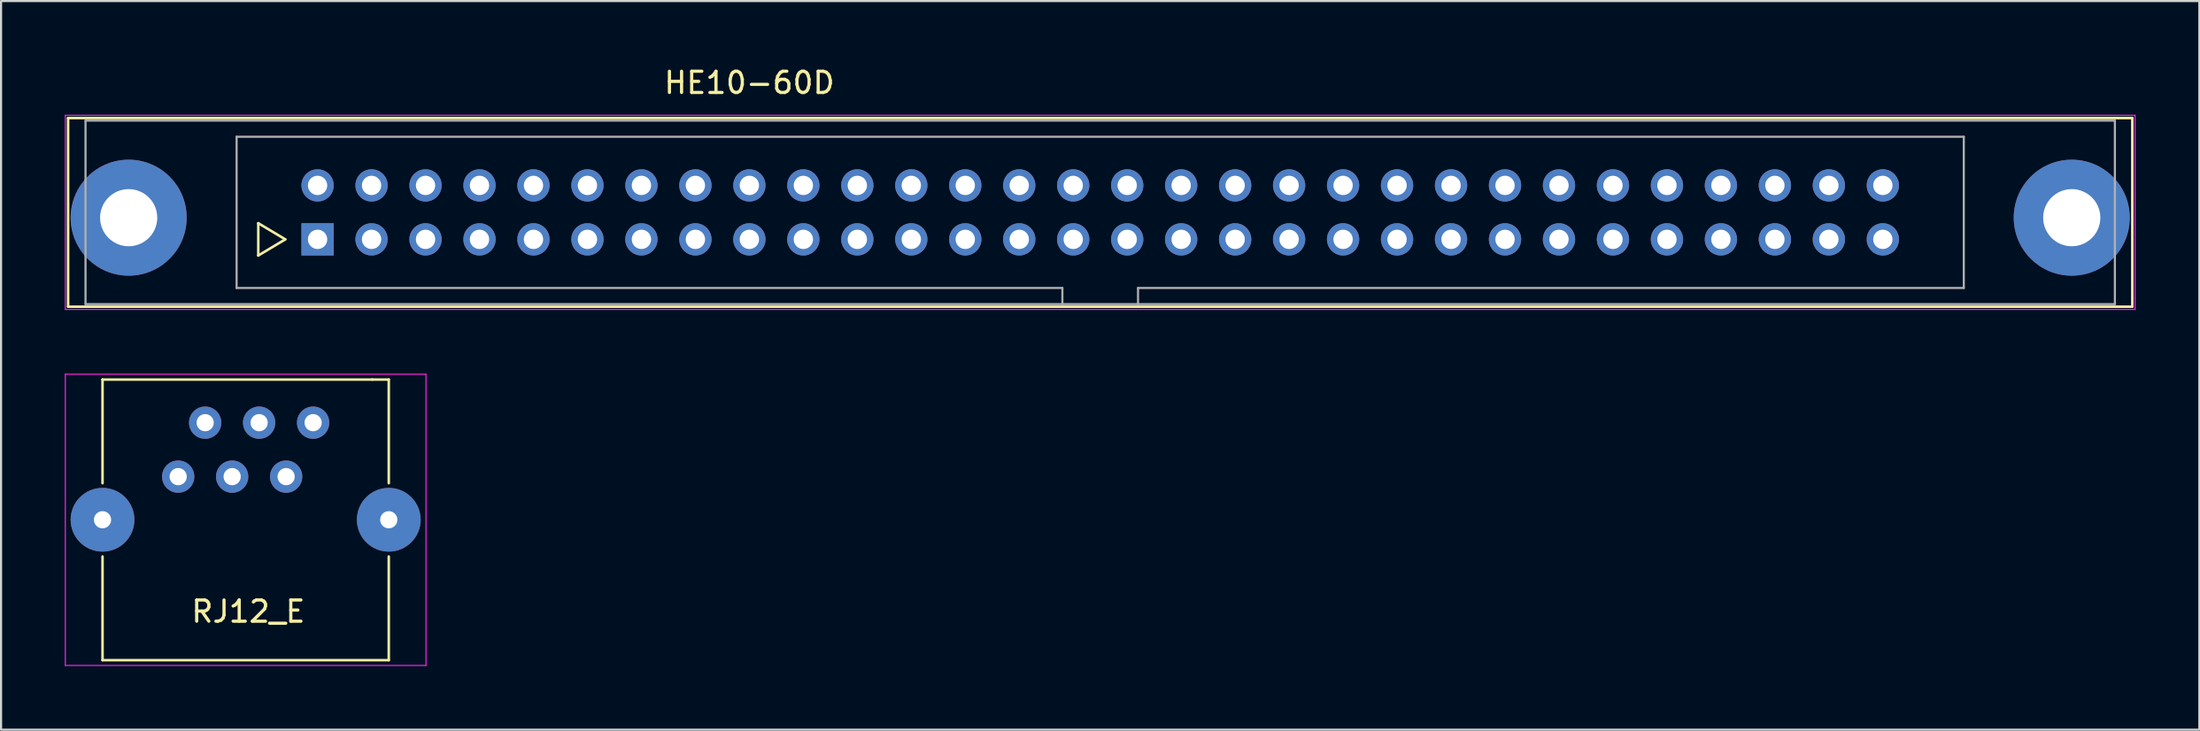
<source format=kicad_pcb>
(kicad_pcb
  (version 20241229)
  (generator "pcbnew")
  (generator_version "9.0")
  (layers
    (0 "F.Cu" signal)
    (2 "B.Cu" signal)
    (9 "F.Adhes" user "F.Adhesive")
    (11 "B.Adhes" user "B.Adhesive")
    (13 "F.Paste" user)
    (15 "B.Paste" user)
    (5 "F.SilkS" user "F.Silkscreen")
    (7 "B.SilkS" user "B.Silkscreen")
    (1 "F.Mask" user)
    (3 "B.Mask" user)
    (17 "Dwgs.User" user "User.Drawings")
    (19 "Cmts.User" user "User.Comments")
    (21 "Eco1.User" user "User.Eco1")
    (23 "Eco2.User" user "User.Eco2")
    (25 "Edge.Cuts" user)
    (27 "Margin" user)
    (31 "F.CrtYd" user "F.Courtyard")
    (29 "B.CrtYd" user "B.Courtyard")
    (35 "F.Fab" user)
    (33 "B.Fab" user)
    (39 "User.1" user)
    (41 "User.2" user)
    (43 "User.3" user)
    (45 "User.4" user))
  (footprint "HE10-60D"
    (layer "F.Cu")
    (at 11.895 8.218)
    (property "Reference" "HE10-60D" (at 20.32 -7.37 0) (layer "F.SilkS") (effects (font (size 1 1) (thickness 0.15))))
    (attr through_hole)
    (fp_line (start -11.74 -5.71) (end -11.74 3.17) (stroke (width 0.12) (type solid)) (layer "F.SilkS"))
    (fp_line (start -11.74 -5.71) (end 85.4 -5.71) (stroke (width 0.12) (type solid)) (layer "F.SilkS"))
    (fp_line (start -2.79 -0.76) (end -2.79 0.76) (stroke (width 0.12) (type solid)) (layer "F.SilkS"))
    (fp_line (start -2.79 0.76) (end -1.52 0) (stroke (width 0.12) (type solid)) (layer "F.SilkS"))
    (fp_line (start -1.52 0) (end -2.79 -0.76) (stroke (width 0.12) (type solid)) (layer "F.SilkS"))
    (fp_line (start 85.4 3.17) (end -11.74 3.17) (stroke (width 0.12) (type solid)) (layer "F.SilkS"))
    (fp_line (start 85.4 3.17) (end 85.4 -5.71) (stroke (width 0.12) (type solid)) (layer "F.SilkS"))
    (fp_line (start -11.87 -5.84) (end -11.87 3.3) (stroke (width 0.05) (type solid)) (layer "F.CrtYd"))
    (fp_line (start -11.87 -5.84) (end 85.53 -5.84) (stroke (width 0.05) (type solid)) (layer "F.CrtYd"))
    (fp_line (start 85.53 3.3) (end -11.87 3.3) (stroke (width 0.05) (type solid)) (layer "F.CrtYd"))
    (fp_line (start 85.53 3.3) (end 85.53 -5.84) (stroke (width 0.05) (type solid)) (layer "F.CrtYd"))
    (fp_line (start -10.92 -5.59) (end -10.92 3.05) (stroke (width 0.1) (type solid)) (layer "F.Fab"))
    (fp_line (start -10.92 3.05) (end 84.58 3.05) (stroke (width 0.1) (type solid)) (layer "F.Fab"))
    (fp_line (start -3.81 -4.83) (end 77.47 -4.83) (stroke (width 0.1) (type solid)) (layer "F.Fab"))
    (fp_line (start -3.81 2.29) (end -3.81 -4.83) (stroke (width 0.1) (type solid)) (layer "F.Fab"))
    (fp_line (start 35.05 2.29) (end -3.81 2.29) (stroke (width 0.1) (type solid)) (layer "F.Fab"))
    (fp_line (start 35.05 3.05) (end 35.05 2.29) (stroke (width 0.1) (type solid)) (layer "F.Fab"))
    (fp_line (start 38.61 2.29) (end 38.61 3.05) (stroke (width 0.1) (type solid)) (layer "F.Fab"))
    (fp_line (start 77.47 -4.83) (end 77.47 2.29) (stroke (width 0.1) (type solid)) (layer "F.Fab"))
    (fp_line (start 77.47 2.29) (end 38.61 2.29) (stroke (width 0.1) (type solid)) (layer "F.Fab"))
    (fp_line (start 84.58 -5.59) (end -10.92 -5.59) (stroke (width 0.1) (type solid)) (layer "F.Fab"))
    (fp_line (start 84.58 3.05) (end 84.58 -5.59) (stroke (width 0.1) (type solid)) (layer "F.Fab"))
    (pad "" thru_hole circle (at -8.89 -1.02) (size 5.46 5.46) (drill 2.69) (layers "*.Cu" "*.Mask"))
    (pad "" thru_hole circle (at 82.55 -1.02) (size 5.46 5.46) (drill 2.69) (layers "*.Cu" "*.Mask"))
    (pad "1" thru_hole rect (at 0 0) (size 1.52 1.52) (drill 0.91) (layers "*.Cu" "*.Mask"))
    (pad "2" thru_hole circle (at 0 -2.54) (size 1.52 1.52) (drill 0.91) (layers "*.Cu" "*.Mask"))
    (pad "3" thru_hole circle (at 2.54 0) (size 1.52 1.52) (drill 0.91) (layers "*.Cu" "*.Mask"))
    (pad "4" thru_hole circle (at 2.54 -2.54) (size 1.52 1.52) (drill 0.91) (layers "*.Cu" "*.Mask"))
    (pad "5" thru_hole circle (at 5.08 0) (size 1.52 1.52) (drill 0.91) (layers "*.Cu" "*.Mask"))
    (pad "6" thru_hole circle (at 5.08 -2.54) (size 1.52 1.52) (drill 0.91) (layers "*.Cu" "*.Mask"))
    (pad "7" thru_hole circle (at 7.62 0) (size 1.52 1.52) (drill 0.91) (layers "*.Cu" "*.Mask"))
    (pad "8" thru_hole circle (at 7.62 -2.54) (size 1.52 1.52) (drill 0.91) (layers "*.Cu" "*.Mask"))
    (pad "9" thru_hole circle (at 10.16 0) (size 1.52 1.52) (drill 0.91) (layers "*.Cu" "*.Mask"))
    (pad "10" thru_hole circle (at 10.16 -2.54) (size 1.52 1.52) (drill 0.91) (layers "*.Cu" "*.Mask"))
    (pad "11" thru_hole circle (at 12.7 0) (size 1.52 1.52) (drill 0.91) (layers "*.Cu" "*.Mask"))
    (pad "12" thru_hole circle (at 12.7 -2.54) (size 1.52 1.52) (drill 0.91) (layers "*.Cu" "*.Mask"))
    (pad "13" thru_hole circle (at 15.24 0) (size 1.52 1.52) (drill 0.91) (layers "*.Cu" "*.Mask"))
    (pad "14" thru_hole circle (at 15.24 -2.54) (size 1.52 1.52) (drill 0.91) (layers "*.Cu" "*.Mask"))
    (pad "15" thru_hole circle (at 17.78 0) (size 1.52 1.52) (drill 0.91) (layers "*.Cu" "*.Mask"))
    (pad "16" thru_hole circle (at 17.78 -2.54) (size 1.52 1.52) (drill 0.91) (layers "*.Cu" "*.Mask"))
    (pad "17" thru_hole circle (at 20.32 0) (size 1.52 1.52) (drill 0.91) (layers "*.Cu" "*.Mask"))
    (pad "18" thru_hole circle (at 20.32 -2.54) (size 1.52 1.52) (drill 0.91) (layers "*.Cu" "*.Mask"))
    (pad "19" thru_hole circle (at 22.86 0) (size 1.52 1.52) (drill 0.91) (layers "*.Cu" "*.Mask"))
    (pad "20" thru_hole circle (at 22.86 -2.54) (size 1.52 1.52) (drill 0.91) (layers "*.Cu" "*.Mask"))
    (pad "21" thru_hole circle (at 25.4 0) (size 1.52 1.52) (drill 0.91) (layers "*.Cu" "*.Mask"))
    (pad "22" thru_hole circle (at 25.4 -2.54) (size 1.52 1.52) (drill 0.91) (layers "*.Cu" "*.Mask"))
    (pad "23" thru_hole circle (at 27.94 0) (size 1.52 1.52) (drill 0.91) (layers "*.Cu" "*.Mask"))
    (pad "24" thru_hole circle (at 27.94 -2.54) (size 1.52 1.52) (drill 0.91) (layers "*.Cu" "*.Mask"))
    (pad "25" thru_hole circle (at 30.48 0) (size 1.52 1.52) (drill 0.91) (layers "*.Cu" "*.Mask"))
    (pad "26" thru_hole circle (at 30.48 -2.54) (size 1.52 1.52) (drill 0.91) (layers "*.Cu" "*.Mask"))
    (pad "27" thru_hole circle (at 33.02 0) (size 1.52 1.52) (drill 0.91) (layers "*.Cu" "*.Mask"))
    (pad "28" thru_hole circle (at 33.02 -2.54) (size 1.52 1.52) (drill 0.91) (layers "*.Cu" "*.Mask"))
    (pad "29" thru_hole circle (at 35.56 0) (size 1.52 1.52) (drill 0.91) (layers "*.Cu" "*.Mask"))
    (pad "30" thru_hole circle (at 35.56 -2.54) (size 1.52 1.52) (drill 0.91) (layers "*.Cu" "*.Mask"))
    (pad "31" thru_hole circle (at 38.1 0) (size 1.52 1.52) (drill 0.91) (layers "*.Cu" "*.Mask"))
    (pad "32" thru_hole circle (at 38.1 -2.54) (size 1.52 1.52) (drill 0.91) (layers "*.Cu" "*.Mask"))
    (pad "33" thru_hole circle (at 40.64 0) (size 1.52 1.52) (drill 0.91) (layers "*.Cu" "*.Mask"))
    (pad "34" thru_hole circle (at 40.64 -2.54) (size 1.52 1.52) (drill 0.91) (layers "*.Cu" "*.Mask"))
    (pad "35" thru_hole circle (at 43.18 0) (size 1.52 1.52) (drill 0.91) (layers "*.Cu" "*.Mask"))
    (pad "36" thru_hole circle (at 43.18 -2.54) (size 1.52 1.52) (drill 0.91) (layers "*.Cu" "*.Mask"))
    (pad "37" thru_hole circle (at 45.72 0) (size 1.52 1.52) (drill 0.91) (layers "*.Cu" "*.Mask"))
    (pad "38" thru_hole circle (at 45.72 -2.54) (size 1.52 1.52) (drill 0.91) (layers "*.Cu" "*.Mask"))
    (pad "39" thru_hole circle (at 48.26 0) (size 1.52 1.52) (drill 0.91) (layers "*.Cu" "*.Mask"))
    (pad "40" thru_hole circle (at 48.26 -2.54) (size 1.52 1.52) (drill 0.91) (layers "*.Cu" "*.Mask"))
    (pad "41" thru_hole circle (at 50.8 0) (size 1.52 1.52) (drill 0.91) (layers "*.Cu" "*.Mask"))
    (pad "42" thru_hole circle (at 50.8 -2.54) (size 1.52 1.52) (drill 0.91) (layers "*.Cu" "*.Mask"))
    (pad "43" thru_hole circle (at 53.34 0) (size 1.52 1.52) (drill 0.91) (layers "*.Cu" "*.Mask"))
    (pad "44" thru_hole circle (at 53.34 -2.54) (size 1.52 1.52) (drill 0.91) (layers "*.Cu" "*.Mask"))
    (pad "45" thru_hole circle (at 55.88 0) (size 1.52 1.52) (drill 0.91) (layers "*.Cu" "*.Mask"))
    (pad "46" thru_hole circle (at 55.88 -2.54) (size 1.52 1.52) (drill 0.91) (layers "*.Cu" "*.Mask"))
    (pad "47" thru_hole circle (at 58.42 0) (size 1.52 1.52) (drill 0.91) (layers "*.Cu" "*.Mask"))
    (pad "48" thru_hole circle (at 58.42 -2.54) (size 1.52 1.52) (drill 0.91) (layers "*.Cu" "*.Mask"))
    (pad "49" thru_hole circle (at 60.96 0) (size 1.52 1.52) (drill 0.91) (layers "*.Cu" "*.Mask"))
    (pad "50" thru_hole circle (at 60.96 -2.54) (size 1.52 1.52) (drill 0.91) (layers "*.Cu" "*.Mask"))
    (pad "51" thru_hole circle (at 63.5 0) (size 1.52 1.52) (drill 0.91) (layers "*.Cu" "*.Mask"))
    (pad "52" thru_hole circle (at 63.5 -2.54) (size 1.52 1.52) (drill 0.91) (layers "*.Cu" "*.Mask"))
    (pad "53" thru_hole circle (at 66.04 0) (size 1.52 1.52) (drill 0.91) (layers "*.Cu" "*.Mask"))
    (pad "54" thru_hole circle (at 66.04 -2.54) (size 1.52 1.52) (drill 0.91) (layers "*.Cu" "*.Mask"))
    (pad "55" thru_hole circle (at 68.58 0) (size 1.52 1.52) (drill 0.91) (layers "*.Cu" "*.Mask"))
    (pad "56" thru_hole circle (at 68.58 -2.54) (size 1.52 1.52) (drill 0.91) (layers "*.Cu" "*.Mask"))
    (pad "57" thru_hole circle (at 71.12 0) (size 1.52 1.52) (drill 0.91) (layers "*.Cu" "*.Mask"))
    (pad "58" thru_hole circle (at 71.12 -2.54) (size 1.52 1.52) (drill 0.91) (layers "*.Cu" "*.Mask"))
    (pad "59" thru_hole circle (at 73.66 0) (size 1.52 1.52) (drill 0.91) (layers "*.Cu" "*.Mask"))
    (pad "60" thru_hole circle (at 73.66 -2.54) (size 1.52 1.52) (drill 0.91) (layers "*.Cu" "*.Mask")))
  (footprint "RJ12_E"
    (layer "F.Cu")
    (at 5.335 19.388)
    (property "Reference" "RJ12_E" (at 3.3 6.35 0) (layer "F.SilkS") (effects (font (size 1 1) (thickness 0.15))))
    (attr through_hole)
    (fp_line (start -3.56 -4.57) (end -3.56 0.31) (stroke (width 0.12) (type solid)) (layer "F.SilkS"))
    (fp_line (start -3.56 -4.57) (end 9.14 -4.57) (stroke (width 0.12) (type solid)) (layer "F.SilkS"))
    (fp_line (start -3.56 3.76) (end -3.56 8.64) (stroke (width 0.12) (type solid)) (layer "F.SilkS"))
    (fp_line (start -3.56 8.64) (end 9.91 8.64) (stroke (width 0.12) (type solid)) (layer "F.SilkS"))
    (fp_line (start 9.14 -4.57) (end 9.91 -4.57) (stroke (width 0.12) (type solid)) (layer "F.SilkS"))
    (fp_line (start 9.91 -4.57) (end 9.91 0.31) (stroke (width 0.12) (type solid)) (layer "F.SilkS"))
    (fp_line (start 9.91 3.76) (end 9.91 8.64) (stroke (width 0.12) (type solid)) (layer "F.SilkS"))
    (fp_line (start -5.31 -4.82) (end -5.31 8.89) (stroke (width 0.05) (type solid)) (layer "F.CrtYd"))
    (fp_line (start -5.31 -4.82) (end 11.66 -4.82) (stroke (width 0.05) (type solid)) (layer "F.CrtYd"))
    (fp_line (start 11.66 8.89) (end -5.31 8.89) (stroke (width 0.05) (type solid)) (layer "F.CrtYd"))
    (fp_line (start 11.66 8.89) (end 11.66 -4.82) (stroke (width 0.05) (type solid)) (layer "F.CrtYd"))
    (pad "1" thru_hole circle (at 0 0) (size 1.52 1.52) (drill 0.81) (layers "*.Cu" "*.Mask"))
    (pad "2" thru_hole circle (at 1.27 -2.54) (size 1.52 1.52) (drill 0.81) (layers "*.Cu" "*.Mask"))
    (pad "3" thru_hole circle (at 2.54 0) (size 1.52 1.52) (drill 0.81) (layers "*.Cu" "*.Mask"))
    (pad "4" thru_hole circle (at 3.81 -2.54) (size 1.52 1.52) (drill 0.81) (layers "*.Cu" "*.Mask"))
    (pad "5" thru_hole circle (at 5.08 0) (size 1.52 1.52) (drill 0.81) (layers "*.Cu" "*.Mask"))
    (pad "6" thru_hole circle (at 6.35 -2.54) (size 1.52 1.52) (drill 0.81) (layers "*.Cu" "*.Mask"))
    (pad "7" thru_hole circle (at -3.56 2.03) (size 3 3) (drill 0.81) (layers "*.Cu" "*.Mask"))
    (pad "8" thru_hole circle (at 9.91 2.03) (size 3 3) (drill 0.81) (layers "*.Cu" "*.Mask")))
  (gr_rect
    (start -3 -3)
    (end 100.45 31.303)
    (stroke (width 0.1) (type default))
    (fill no)
    (layer "Edge.Cuts")))
</source>
